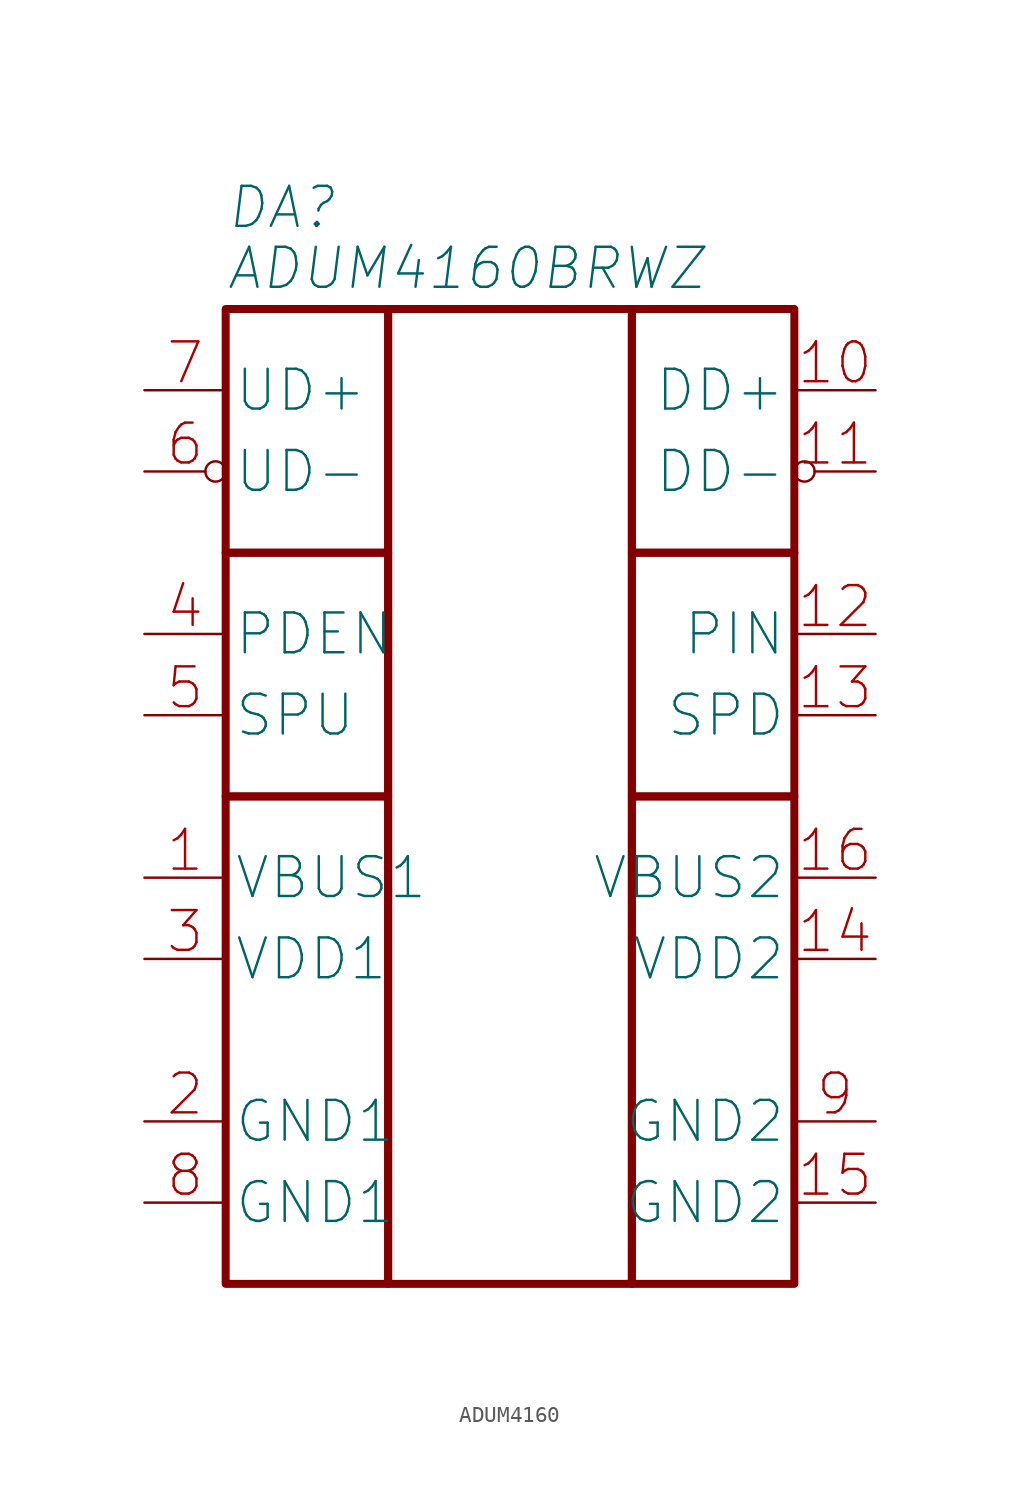
<source format=kicad_sym>
(kicad_symbol_lib
  (version 20241209)
  (generator "kicad_symbol_editor")
  (generator_version "9.0")
  (symbol "ADUM4160"
    (property "Reference" "DA"
      (at -17.78 6.35 0)
      (effects (font (size 2.5 2.5) (italic yes)) (justify left)))
    (property "Value" "ADUM4160BRWZ"
      (at -17.78 2.54 0)
      (effects (font (size 2.5 2.5) (italic yes)) (justify left)))
    (symbol "ADUM4160_1_1"
      (rectangle (start -17.78 0) (end -7.62 -15.24) (stroke (width 0.5) (type default)) (fill (type none)))
      (rectangle (start -17.78 -15.24) (end -7.62 -30.48) (stroke (width 0.5) (type default)) (fill (type none)))
      (rectangle (start -17.78 -30.48) (end -7.62 -60.96) (stroke (width 0.5) (type default)) (fill (type none)))
      (rectangle (start -7.62 0) (end 7.62 -60.96) (stroke (width 0.5) (type default)) (fill (type none)))
      (rectangle (start 7.62 0) (end 17.78 -15.24) (stroke (width 0.5) (type default)) (fill (type none)))
      (rectangle (start 7.62 -15.24) (end 17.78 -30.48) (stroke (width 0.5) (type default)) (fill (type none)))
      (rectangle (start 7.62 -30.48) (end 17.78 -60.96) (stroke (width 0.5) (type default)) (fill (type none)))
      (pin bidirectional line (at -22.86 -5.08 0) (length 5.08) (name "UD+" (effects (font (size 2.489 2.489)))) (number "7" (effects (font (size 2.489 2.489)))))
      (pin bidirectional inverted (at -22.86 -10.16 0) (length 5.08) (name "UD-" (effects (font (size 2.489 2.489)))) (number "6" (effects (font (size 2.489 2.489)))))
      (pin input line (at -22.86 -20.32 0) (length 5.08) (name "PDEN" (effects (font (size 2.489 2.489)))) (number "4" (effects (font (size 2.489 2.489)))))
      (pin input line (at -22.86 -25.4 0) (length 5.08) (name "SPU" (effects (font (size 2.489 2.489)))) (number "5" (effects (font (size 2.489 2.489)))))
      (pin power_in line (at -22.86 -35.56 0) (length 5.08) (name "VBUS1" (effects (font (size 2.489 2.489)))) (number "1" (effects (font (size 2.489 2.489)))))
      (pin passive line (at -22.86 -40.64 0) (length 5.08) (name "VDD1" (effects (font (size 2.489 2.489)))) (number "3" (effects (font (size 2.489 2.489)))))
      (pin power_in line (at -22.86 -50.8 0) (length 5.08) (name "GND1" (effects (font (size 2.489 2.489)))) (number "2" (effects (font (size 2.489 2.489)))))
      (pin power_in line (at -22.86 -55.88 0) (length 5.08) (name "GND1" (effects (font (size 2.489 2.489)))) (number "8" (effects (font (size 2.489 2.489)))))
      (pin bidirectional line (at 22.86 -5.08 180) (length 5.08) (name "DD+" (effects (font (size 2.489 2.489)))) (number "10" (effects (font (size 2.489 2.489)))))
      (pin bidirectional inverted (at 22.86 -10.16 180) (length 5.08) (name "DD-" (effects (font (size 2.489 2.489)))) (number "11" (effects (font (size 2.489 2.489)))))
      (pin input line (at 22.86 -20.32 180) (length 5.08) (name "PIN" (effects (font (size 2.489 2.489)))) (number "12" (effects (font (size 2.489 2.489)))))
      (pin input line (at 22.86 -25.4 180) (length 5.08) (name "SPD" (effects (font (size 2.489 2.489)))) (number "13" (effects (font (size 2.489 2.489)))))
      (pin power_in line (at 22.86 -35.56 180) (length 5.08) (name "VBUS2" (effects (font (size 2.489 2.489)))) (number "16" (effects (font (size 2.489 2.489)))))
      (pin passive line (at 22.86 -40.64 180) (length 5.08) (name "VDD2" (effects (font (size 2.489 2.489)))) (number "14" (effects (font (size 2.489 2.489)))))
      (pin power_in line (at 22.86 -50.8 180) (length 5.08) (name "GND2" (effects (font (size 2.489 2.489)))) (number "9" (effects (font (size 2.489 2.489)))))
      (pin power_in line (at 22.86 -55.88 180) (length 5.08) (name "GND2" (effects (font (size 2.489 2.489)))) (number "15" (effects (font (size 2.489 2.489))))))))
</source>
